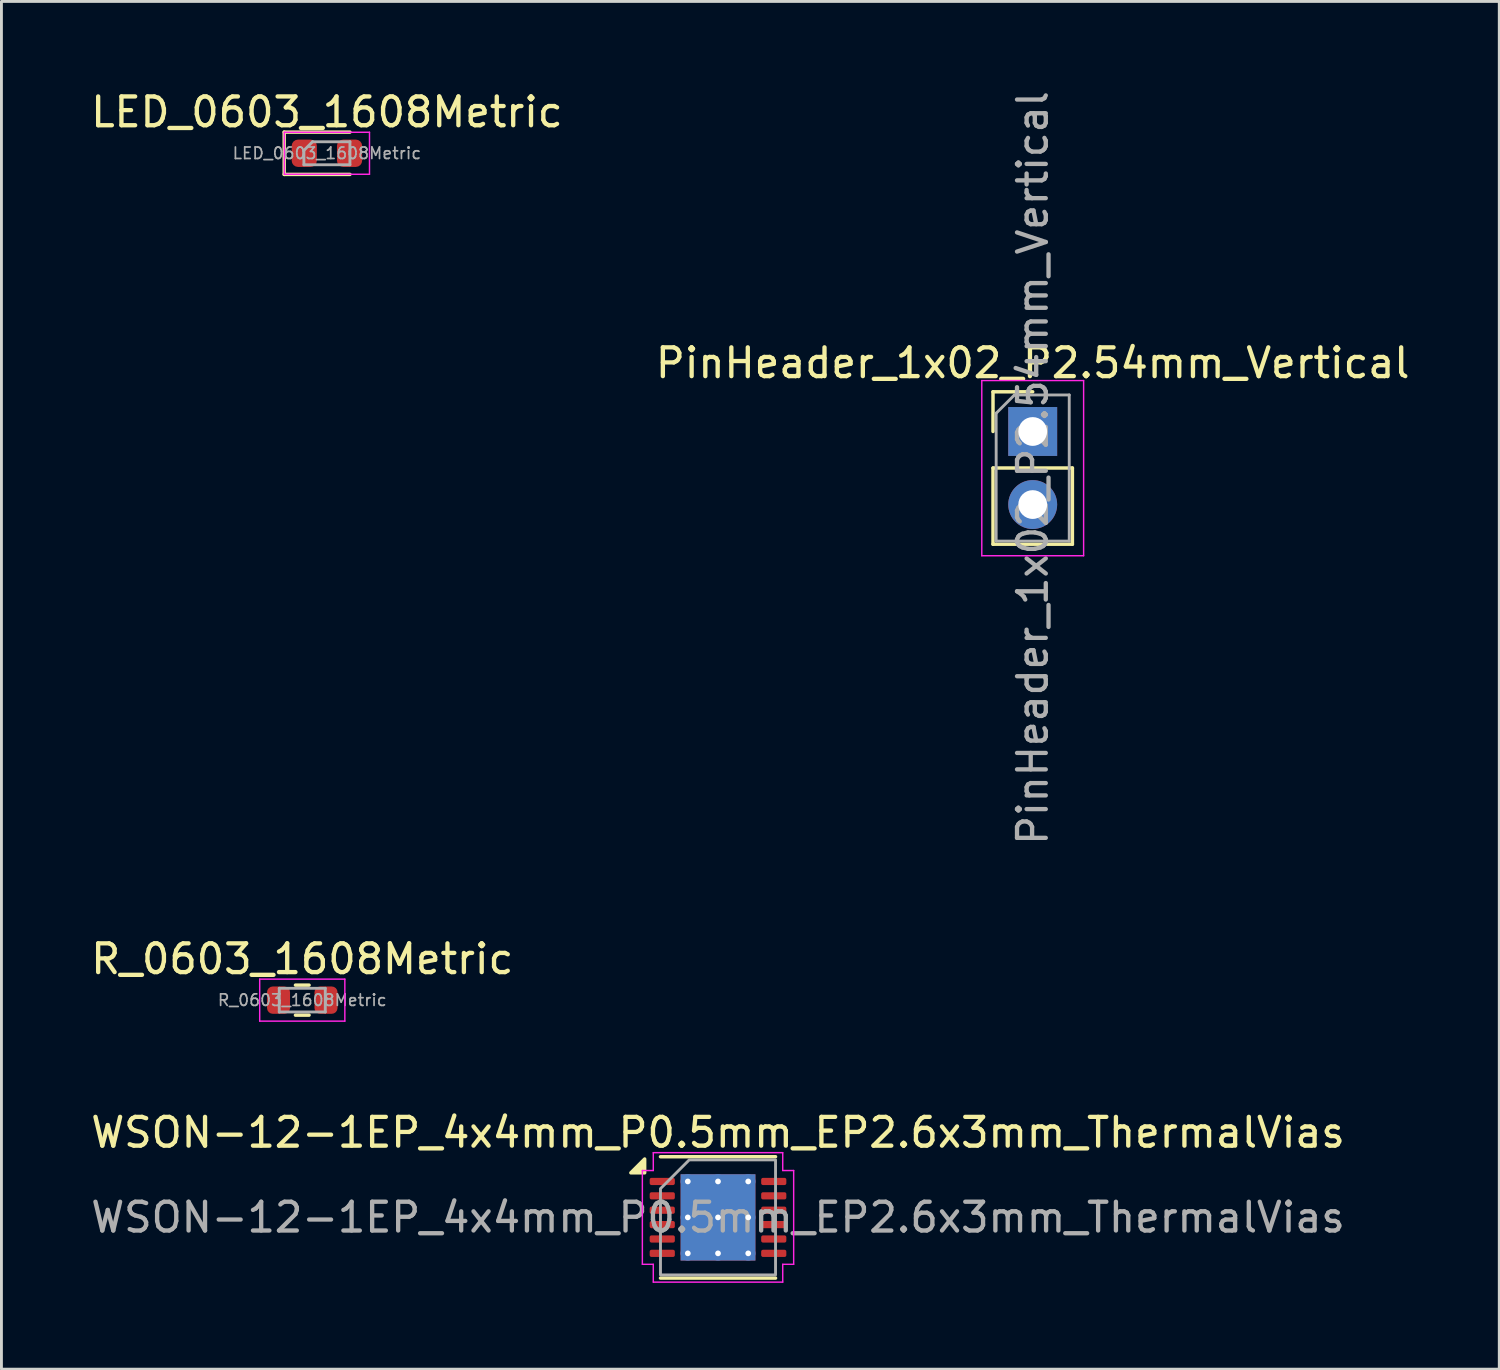
<source format=kicad_pcb>
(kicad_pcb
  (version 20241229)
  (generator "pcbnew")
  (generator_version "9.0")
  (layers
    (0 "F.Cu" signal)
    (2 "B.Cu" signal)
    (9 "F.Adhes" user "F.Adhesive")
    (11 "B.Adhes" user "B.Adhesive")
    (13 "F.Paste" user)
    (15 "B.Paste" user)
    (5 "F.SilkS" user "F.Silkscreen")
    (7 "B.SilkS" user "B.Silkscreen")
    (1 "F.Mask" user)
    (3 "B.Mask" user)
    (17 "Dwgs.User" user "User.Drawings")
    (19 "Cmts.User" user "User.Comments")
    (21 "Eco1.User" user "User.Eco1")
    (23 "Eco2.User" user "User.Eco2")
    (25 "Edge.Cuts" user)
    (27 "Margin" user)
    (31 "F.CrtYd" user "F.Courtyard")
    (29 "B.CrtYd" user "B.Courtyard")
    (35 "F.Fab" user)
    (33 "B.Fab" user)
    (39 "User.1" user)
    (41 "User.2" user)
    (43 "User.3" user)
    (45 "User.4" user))
  (footprint "R_0603_1608Metric"
    (layer "F.Cu")
    (at 7.458 31.719)
    (property "Reference" "R_0603_1608Metric" (at 0 -1.43 0) (layer "F.SilkS") (effects (font (size 1 1) (thickness 0.15))))
    (attr smd)
    (fp_line (start -0.237 -0.522) (end 0.237 -0.522) (stroke (width 0.12) (type solid)) (layer "F.SilkS"))
    (fp_line (start -0.237 0.522) (end 0.237 0.522) (stroke (width 0.12) (type solid)) (layer "F.SilkS"))
    (fp_line (start -1.48 -0.73) (end 1.48 -0.73) (stroke (width 0.05) (type solid)) (layer "F.CrtYd"))
    (fp_line (start -1.48 0.73) (end -1.48 -0.73) (stroke (width 0.05) (type solid)) (layer "F.CrtYd"))
    (fp_line (start 1.48 -0.73) (end 1.48 0.73) (stroke (width 0.05) (type solid)) (layer "F.CrtYd"))
    (fp_line (start 1.48 0.73) (end -1.48 0.73) (stroke (width 0.05) (type solid)) (layer "F.CrtYd"))
    (fp_line (start -0.8 -0.412) (end 0.8 -0.412) (stroke (width 0.1) (type solid)) (layer "F.Fab"))
    (fp_line (start -0.8 0.412) (end -0.8 -0.412) (stroke (width 0.1) (type solid)) (layer "F.Fab"))
    (fp_line (start 0.8 -0.412) (end 0.8 0.412) (stroke (width 0.1) (type solid)) (layer "F.Fab"))
    (fp_line (start 0.8 0.412) (end -0.8 0.412) (stroke (width 0.1) (type solid)) (layer "F.Fab"))
    (fp_text user "${REFERENCE}" (at 0 0 0) (layer "F.Fab") (effects (font (size 0.4 0.4) (thickness 0.06))))
    (pad "1" smd roundrect (at -0.825 0) (size 0.8 0.95) (layers "F.Cu" "F.Mask" "F.Paste") (roundrect_rratio 0.25))
    (pad "2" smd roundrect (at 0.825 0) (size 0.8 0.95) (layers "F.Cu" "F.Mask" "F.Paste") (roundrect_rratio 0.25)))
  (footprint "WSON-12-1EP_4x4mm_P0.5mm_EP2.6x3mm_ThermalVias"
    (layer "F.Cu")
    (at 21.911 39.272)
    (property "Reference" "WSON-12-1EP_4x4mm_P0.5mm_EP2.6x3mm_ThermalVias" (at 0 -2.95 0) (layer "F.SilkS") (effects (font (size 1 1) (thickness 0.15))))
    (attr smd)
    (fp_line (start -2 -2.11) (end 2 -2.11) (stroke (width 0.12) (type solid)) (layer "F.SilkS"))
    (fp_line (start -2 2.11) (end 2 2.11) (stroke (width 0.12) (type solid)) (layer "F.SilkS"))
    (fp_poly (pts (xy -2.55 -1.55) (xy -3.03 -1.55) (xy -2.55 -2.03)) (stroke (width 0.12) (type solid)) (fill yes) (layer "F.SilkS"))
    (fp_line (start -2.63 -1.63) (end -2.25 -1.63) (stroke (width 0.05) (type solid)) (layer "F.CrtYd"))
    (fp_line (start -2.63 1.63) (end -2.63 -1.63) (stroke (width 0.05) (type solid)) (layer "F.CrtYd"))
    (fp_line (start -2.25 -2.25) (end 2.25 -2.25) (stroke (width 0.05) (type solid)) (layer "F.CrtYd"))
    (fp_line (start -2.25 -1.63) (end -2.25 -2.25) (stroke (width 0.05) (type solid)) (layer "F.CrtYd"))
    (fp_line (start -2.25 1.63) (end -2.63 1.63) (stroke (width 0.05) (type solid)) (layer "F.CrtYd"))
    (fp_line (start -2.25 2.25) (end -2.25 1.63) (stroke (width 0.05) (type solid)) (layer "F.CrtYd"))
    (fp_line (start 2.25 -2.25) (end 2.25 -1.63) (stroke (width 0.05) (type solid)) (layer "F.CrtYd"))
    (fp_line (start 2.25 -1.63) (end 2.63 -1.63) (stroke (width 0.05) (type solid)) (layer "F.CrtYd"))
    (fp_line (start 2.25 1.63) (end 2.25 2.25) (stroke (width 0.05) (type solid)) (layer "F.CrtYd"))
    (fp_line (start 2.25 2.25) (end -2.25 2.25) (stroke (width 0.05) (type solid)) (layer "F.CrtYd"))
    (fp_line (start 2.63 -1.63) (end 2.63 1.63) (stroke (width 0.05) (type solid)) (layer "F.CrtYd"))
    (fp_line (start 2.63 1.63) (end 2.25 1.63) (stroke (width 0.05) (type solid)) (layer "F.CrtYd"))
    (fp_poly (pts (xy -2 -1) (xy -2 2) (xy 2 2) (xy 2 -2) (xy -1 -2)) (stroke (width 0.1) (type solid)) (fill no) (layer "F.Fab"))
    (fp_text user "${REFERENCE}" (at 0 0 0) (layer "F.Fab") (effects (font (size 1 1) (thickness 0.15))))
    (pad "" smd roundrect (at -0.65 -0.75) (size 1.13 1.3) (layers "F.Paste") (roundrect_rratio 0.221))
    (pad "" smd roundrect (at -0.65 0.75) (size 1.13 1.3) (layers "F.Paste") (roundrect_rratio 0.221))
    (pad "" smd roundrect (at 0.65 -0.75) (size 1.13 1.3) (layers "F.Paste") (roundrect_rratio 0.221))
    (pad "" smd roundrect (at 0.65 0.75) (size 1.13 1.3) (layers "F.Paste") (roundrect_rratio 0.221))
    (pad "1" smd roundrect (at -1.938 -1.25) (size 0.875 0.25) (layers "F.Cu" "F.Mask" "F.Paste") (roundrect_rratio 0.25))
    (pad "2" smd roundrect (at -1.938 -0.75) (size 0.875 0.25) (layers "F.Cu" "F.Mask" "F.Paste") (roundrect_rratio 0.25))
    (pad "3" smd roundrect (at -1.938 -0.25) (size 0.875 0.25) (layers "F.Cu" "F.Mask" "F.Paste") (roundrect_rratio 0.25))
    (pad "4" smd roundrect (at -1.938 0.25) (size 0.875 0.25) (layers "F.Cu" "F.Mask" "F.Paste") (roundrect_rratio 0.25))
    (pad "5" smd roundrect (at -1.938 0.75) (size 0.875 0.25) (layers "F.Cu" "F.Mask" "F.Paste") (roundrect_rratio 0.25))
    (pad "6" smd roundrect (at -1.938 1.25) (size 0.875 0.25) (layers "F.Cu" "F.Mask" "F.Paste") (roundrect_rratio 0.25))
    (pad "7" smd roundrect (at 1.938 1.25) (size 0.875 0.25) (layers "F.Cu" "F.Mask" "F.Paste") (roundrect_rratio 0.25))
    (pad "8" smd roundrect (at 1.938 0.75) (size 0.875 0.25) (layers "F.Cu" "F.Mask" "F.Paste") (roundrect_rratio 0.25))
    (pad "9" smd roundrect (at 1.938 0.25) (size 0.875 0.25) (layers "F.Cu" "F.Mask" "F.Paste") (roundrect_rratio 0.25))
    (pad "10" smd roundrect (at 1.938 -0.25) (size 0.875 0.25) (layers "F.Cu" "F.Mask" "F.Paste") (roundrect_rratio 0.25))
    (pad "11" smd roundrect (at 1.938 -0.75) (size 0.875 0.25) (layers "F.Cu" "F.Mask" "F.Paste") (roundrect_rratio 0.25))
    (pad "12" smd roundrect (at 1.938 -1.25) (size 0.875 0.25) (layers "F.Cu" "F.Mask" "F.Paste") (roundrect_rratio 0.25))
    (pad "13" thru_hole circle (at -1.05 -1.25) (size 0.5 0.5) (drill 0.2) (property pad_prop_heatsink) (layers "*.Cu"))
    (pad "13" thru_hole circle (at -1.05 0) (size 0.5 0.5) (drill 0.2) (property pad_prop_heatsink) (layers "*.Cu"))
    (pad "13" thru_hole circle (at -1.05 1.25) (size 0.5 0.5) (drill 0.2) (property pad_prop_heatsink) (layers "*.Cu"))
    (pad "13" thru_hole circle (at 0 -1.25) (size 0.5 0.5) (drill 0.2) (property pad_prop_heatsink) (layers "*.Cu"))
    (pad "13" thru_hole circle (at 0 0) (size 0.5 0.5) (drill 0.2) (property pad_prop_heatsink) (layers "*.Cu"))
    (pad "13" smd rect (at 0 0) (size 2.6 3) (property pad_prop_heatsink) (layers "F.Cu" "F.Mask"))
    (pad "13" smd rect (at 0 0) (size 2.6 3) (property pad_prop_heatsink) (layers "B.Cu"))
    (pad "13" thru_hole circle (at 0 1.25) (size 0.5 0.5) (drill 0.2) (property pad_prop_heatsink) (layers "*.Cu"))
    (pad "13" thru_hole circle (at 1.05 -1.25) (size 0.5 0.5) (drill 0.2) (property pad_prop_heatsink) (layers "*.Cu"))
    (pad "13" thru_hole circle (at 1.05 0) (size 0.5 0.5) (drill 0.2) (property pad_prop_heatsink) (layers "*.Cu"))
    (pad "13" thru_hole circle (at 1.05 1.25) (size 0.5 0.5) (drill 0.2) (property pad_prop_heatsink) (layers "*.Cu")))
  (footprint "LED_0603_1608Metric"
    (layer "F.Cu")
    (at 8.315 2.278)
    (property "Reference" "LED_0603_1608Metric" (at 0 -1.43 180) (layer "F.SilkS") (effects (font (size 1 1) (thickness 0.15))))
    (attr smd)
    (fp_line (start -1.485 -0.735) (end -1.485 0.735) (stroke (width 0.12) (type solid)) (layer "F.SilkS"))
    (fp_line (start -1.485 0.735) (end 0.8 0.735) (stroke (width 0.12) (type solid)) (layer "F.SilkS"))
    (fp_line (start 0.8 -0.735) (end -1.485 -0.735) (stroke (width 0.12) (type solid)) (layer "F.SilkS"))
    (fp_line (start -1.48 -0.73) (end 1.48 -0.73) (stroke (width 0.05) (type solid)) (layer "F.CrtYd"))
    (fp_line (start -1.48 0.73) (end -1.48 -0.73) (stroke (width 0.05) (type solid)) (layer "F.CrtYd"))
    (fp_line (start 1.48 -0.73) (end 1.48 0.73) (stroke (width 0.05) (type solid)) (layer "F.CrtYd"))
    (fp_line (start 1.48 0.73) (end -1.48 0.73) (stroke (width 0.05) (type solid)) (layer "F.CrtYd"))
    (fp_line (start -0.8 -0.1) (end -0.8 0.4) (stroke (width 0.1) (type solid)) (layer "F.Fab"))
    (fp_line (start -0.8 0.4) (end 0.8 0.4) (stroke (width 0.1) (type solid)) (layer "F.Fab"))
    (fp_line (start -0.5 -0.4) (end -0.8 -0.1) (stroke (width 0.1) (type solid)) (layer "F.Fab"))
    (fp_line (start 0.8 -0.4) (end -0.5 -0.4) (stroke (width 0.1) (type solid)) (layer "F.Fab"))
    (fp_line (start 0.8 0.4) (end 0.8 -0.4) (stroke (width 0.1) (type solid)) (layer "F.Fab"))
    (fp_text user "${REFERENCE}" (at 0 0 180) (layer "F.Fab") (effects (font (size 0.4 0.4) (thickness 0.06))))
    (pad "1" smd roundrect (at -0.787 0) (size 0.875 0.95) (layers "F.Cu" "F.Mask" "F.Paste") (roundrect_rratio 0.25))
    (pad "2" smd roundrect (at 0.787 0) (size 0.875 0.95) (layers "F.Cu" "F.Mask" "F.Paste") (roundrect_rratio 0.25)))
  (footprint "PinHeader_1x02_P2.54mm_Vertical"
    (layer "F.Cu")
    (at 32.851 11.95)
    (property "Reference" "PinHeader_1x02_P2.54mm_Vertical" (at 0 -2.38 180) (layer "F.SilkS") (effects (font (size 1 1) (thickness 0.15))))
    (attr through_hole)
    (fp_line (start -1.38 -1.38) (end 0 -1.38) (stroke (width 0.12) (type solid)) (layer "F.SilkS"))
    (fp_line (start -1.38 0) (end -1.38 -1.38) (stroke (width 0.12) (type solid)) (layer "F.SilkS"))
    (fp_line (start -1.38 1.27) (end -1.38 3.92) (stroke (width 0.12) (type solid)) (layer "F.SilkS"))
    (fp_line (start -1.38 1.27) (end 1.38 1.27) (stroke (width 0.12) (type solid)) (layer "F.SilkS"))
    (fp_line (start -1.38 3.92) (end 1.38 3.92) (stroke (width 0.12) (type solid)) (layer "F.SilkS"))
    (fp_line (start 1.38 1.27) (end 1.38 3.92) (stroke (width 0.12) (type solid)) (layer "F.SilkS"))
    (fp_line (start -1.77 -1.77) (end -1.77 4.32) (stroke (width 0.05) (type solid)) (layer "F.CrtYd"))
    (fp_line (start -1.77 4.32) (end 1.77 4.32) (stroke (width 0.05) (type solid)) (layer "F.CrtYd"))
    (fp_line (start 1.77 -1.77) (end -1.77 -1.77) (stroke (width 0.05) (type solid)) (layer "F.CrtYd"))
    (fp_line (start 1.77 4.32) (end 1.77 -1.77) (stroke (width 0.05) (type solid)) (layer "F.CrtYd"))
    (fp_line (start -1.27 -0.635) (end -0.635 -1.27) (stroke (width 0.1) (type solid)) (layer "F.Fab"))
    (fp_line (start -1.27 3.81) (end -1.27 -0.635) (stroke (width 0.1) (type solid)) (layer "F.Fab"))
    (fp_line (start -0.635 -1.27) (end 1.27 -1.27) (stroke (width 0.1) (type solid)) (layer "F.Fab"))
    (fp_line (start 1.27 -1.27) (end 1.27 3.81) (stroke (width 0.1) (type solid)) (layer "F.Fab"))
    (fp_line (start 1.27 3.81) (end -1.27 3.81) (stroke (width 0.1) (type solid)) (layer "F.Fab"))
    (fp_text user "${REFERENCE}" (at 0 1.27 270) (layer "F.Fab") (effects (font (size 1 1) (thickness 0.15))))
    (pad "1" thru_hole rect (at 0 0) (size 1.7 1.7) (drill 1) (layers "*.Cu" "*.Mask"))
    (pad "2" thru_hole circle (at 0 2.54) (size 1.7 1.7) (drill 1) (layers "*.Cu" "*.Mask")))
  (gr_rect
    (start -3 -3)
    (end 49.071 44.547)
    (stroke (width 0.1) (type default))
    (fill no)
    (layer "Edge.Cuts")))
</source>
